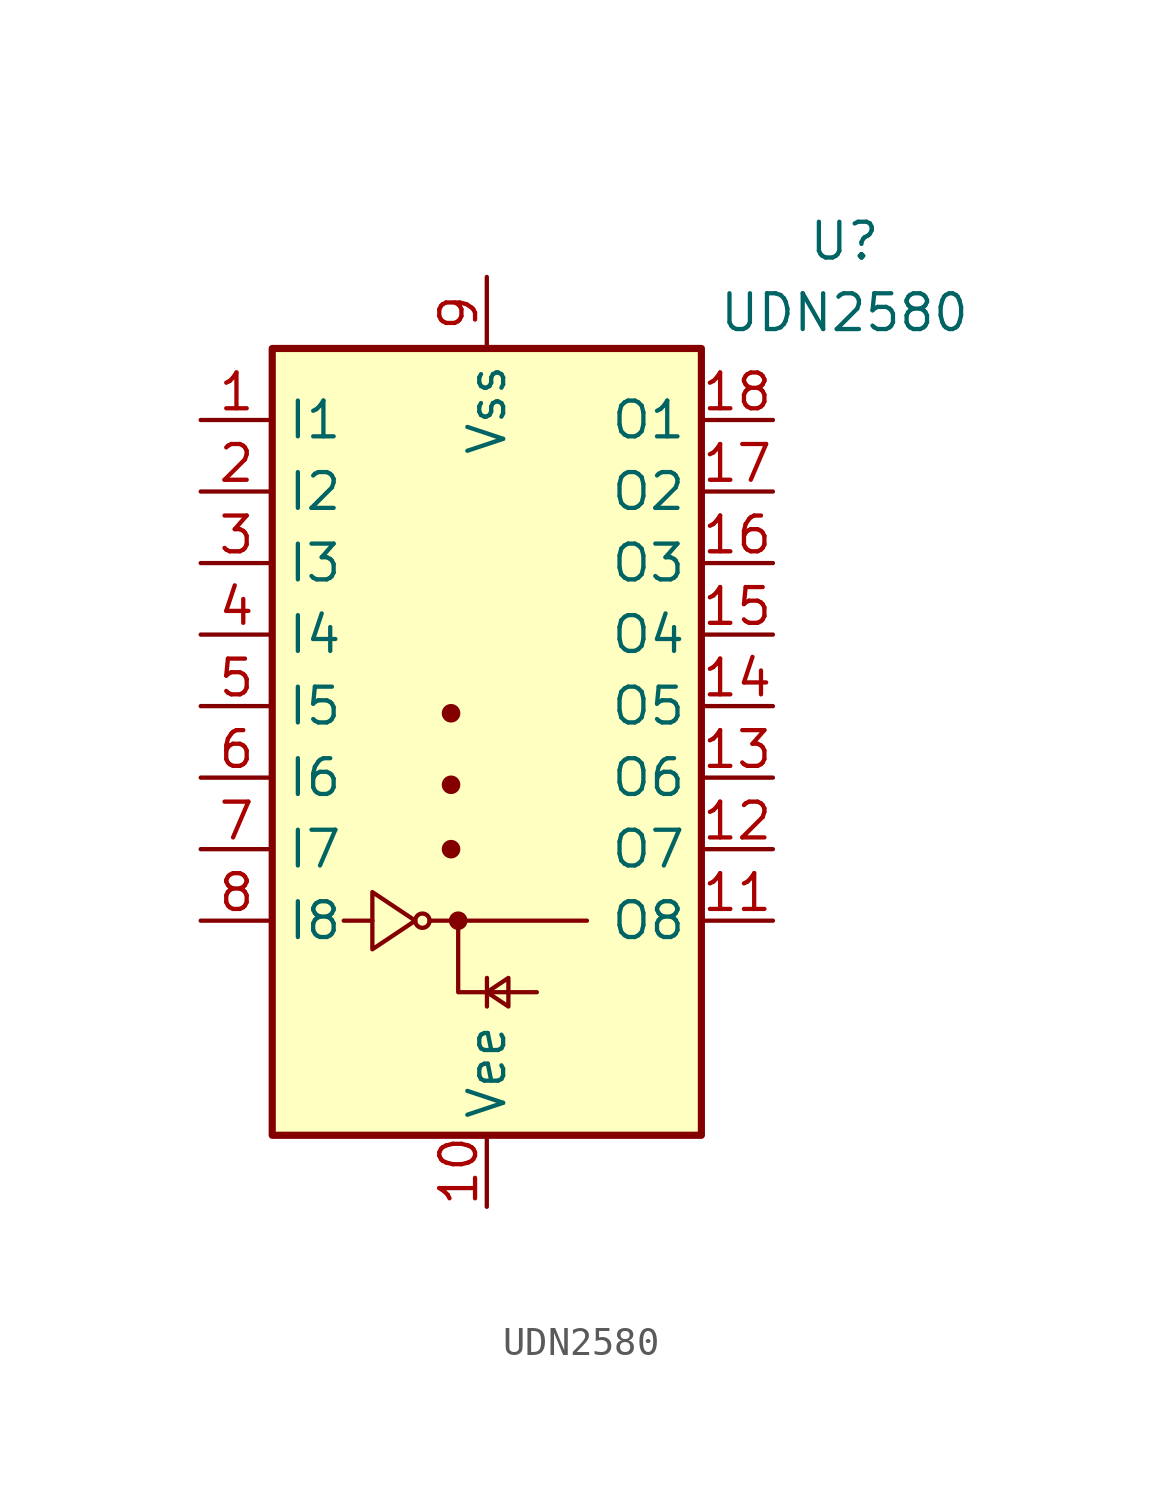
<source format=kicad_sym>
(kicad_symbol_lib
  (version 20220914)
  (generator kicad_symbol_editor)
  (symbol "UDN2580"
    (property "Reference" "U"
      (at 12.7 13.97 0)
      (effects (font (size 1.27 1.27))))
    (property "Value" "UDN2580"
      (at 12.7 11.43 0)
      (effects (font (size 1.27 1.27))))
    (symbol "UDN2580_0_1"
      (rectangle (start -7.62 10.16) (end 7.62 -17.78) (stroke (width 0.254) (type default)) (fill (type background)))
      (circle (center -2.286 -10.16) (radius 0.254) (stroke (width 0) (type default)) (fill (type none)))
      (circle (center -1.27 -7.62) (radius 0.254) (stroke (width 0) (type default)) (fill (type outline)))
      (circle (center -1.27 -5.334) (radius 0.254) (stroke (width 0) (type default)) (fill (type outline)))
      (circle (center -1.27 -2.794) (radius 0.254) (stroke (width 0) (type default)) (fill (type outline)))
      (circle (center -1.016 -10.16) (radius 0.254) (stroke (width 0) (type default)) (fill (type outline)))
      (polyline (pts (xy -5.08 -10.16) (xy -4.064 -10.16)) (stroke (width 0) (type default)) (fill (type none)))
      (polyline (pts (xy -2.032 -10.16) (xy 3.556 -10.16)) (stroke (width 0) (type default)) (fill (type none)))
      (polyline (pts (xy 0.005 -12.192) (xy 0.005 -13.208)) (stroke (width 0) (type default)) (fill (type none)))
      (polyline (pts (xy -1.016 -10.16) (xy -1.016 -12.7) (xy 1.778 -12.7)) (stroke (width 0) (type default)) (fill (type none)))
      (polyline (pts (xy -4.064 -9.144) (xy -4.064 -11.176) (xy -2.54 -10.16) (xy -4.064 -9.144)) (stroke (width 0) (type default)) (fill (type none)))
      (polyline (pts (xy 0.767 -12.192) (xy 0.767 -13.208) (xy 0.005 -12.7) (xy 0.767 -12.192)) (stroke (width 0) (type default)) (fill (type none))))
    (symbol "UDN2580_1_1"
      (pin input line (at -10.16 7.62 0) (length 2.54) (name "I1" (effects (font (size 1.27 1.27)))) (number "1" (effects (font (size 1.27 1.27)))))
      (pin power_in line (at 0 -20.32 90) (length 2.54) (name "Vee" (effects (font (size 1.27 1.27)))) (number "10" (effects (font (size 1.27 1.27)))))
      (pin open_emitter line (at 10.16 -10.16 180) (length 2.54) (name "O8" (effects (font (size 1.27 1.27)))) (number "11" (effects (font (size 1.27 1.27)))))
      (pin open_emitter line (at 10.16 -7.62 180) (length 2.54) (name "O7" (effects (font (size 1.27 1.27)))) (number "12" (effects (font (size 1.27 1.27)))))
      (pin open_emitter line (at 10.16 -5.08 180) (length 2.54) (name "O6" (effects (font (size 1.27 1.27)))) (number "13" (effects (font (size 1.27 1.27)))))
      (pin open_emitter line (at 10.16 -2.54 180) (length 2.54) (name "O5" (effects (font (size 1.27 1.27)))) (number "14" (effects (font (size 1.27 1.27)))))
      (pin open_emitter line (at 10.16 0 180) (length 2.54) (name "O4" (effects (font (size 1.27 1.27)))) (number "15" (effects (font (size 1.27 1.27)))))
      (pin open_emitter line (at 10.16 2.54 180) (length 2.54) (name "O3" (effects (font (size 1.27 1.27)))) (number "16" (effects (font (size 1.27 1.27)))))
      (pin open_emitter line (at 10.16 5.08 180) (length 2.54) (name "O2" (effects (font (size 1.27 1.27)))) (number "17" (effects (font (size 1.27 1.27)))))
      (pin open_emitter line (at 10.16 7.62 180) (length 2.54) (name "O1" (effects (font (size 1.27 1.27)))) (number "18" (effects (font (size 1.27 1.27)))))
      (pin input line (at -10.16 5.08 0) (length 2.54) (name "I2" (effects (font (size 1.27 1.27)))) (number "2" (effects (font (size 1.27 1.27)))))
      (pin input line (at -10.16 2.54 0) (length 2.54) (name "I3" (effects (font (size 1.27 1.27)))) (number "3" (effects (font (size 1.27 1.27)))))
      (pin input line (at -10.16 0 0) (length 2.54) (name "I4" (effects (font (size 1.27 1.27)))) (number "4" (effects (font (size 1.27 1.27)))))
      (pin input line (at -10.16 -2.54 0) (length 2.54) (name "I5" (effects (font (size 1.27 1.27)))) (number "5" (effects (font (size 1.27 1.27)))))
      (pin input line (at -10.16 -5.08 0) (length 2.54) (name "I6" (effects (font (size 1.27 1.27)))) (number "6" (effects (font (size 1.27 1.27)))))
      (pin input line (at -10.16 -7.62 0) (length 2.54) (name "I7" (effects (font (size 1.27 1.27)))) (number "7" (effects (font (size 1.27 1.27)))))
      (pin input line (at -10.16 -10.16 0) (length 2.54) (name "I8" (effects (font (size 1.27 1.27)))) (number "8" (effects (font (size 1.27 1.27)))))
      (pin power_in line (at 0 12.7 270) (length 2.54) (name "Vss" (effects (font (size 1.27 1.27)))) (number "9" (effects (font (size 1.27 1.27))))))))
</source>
